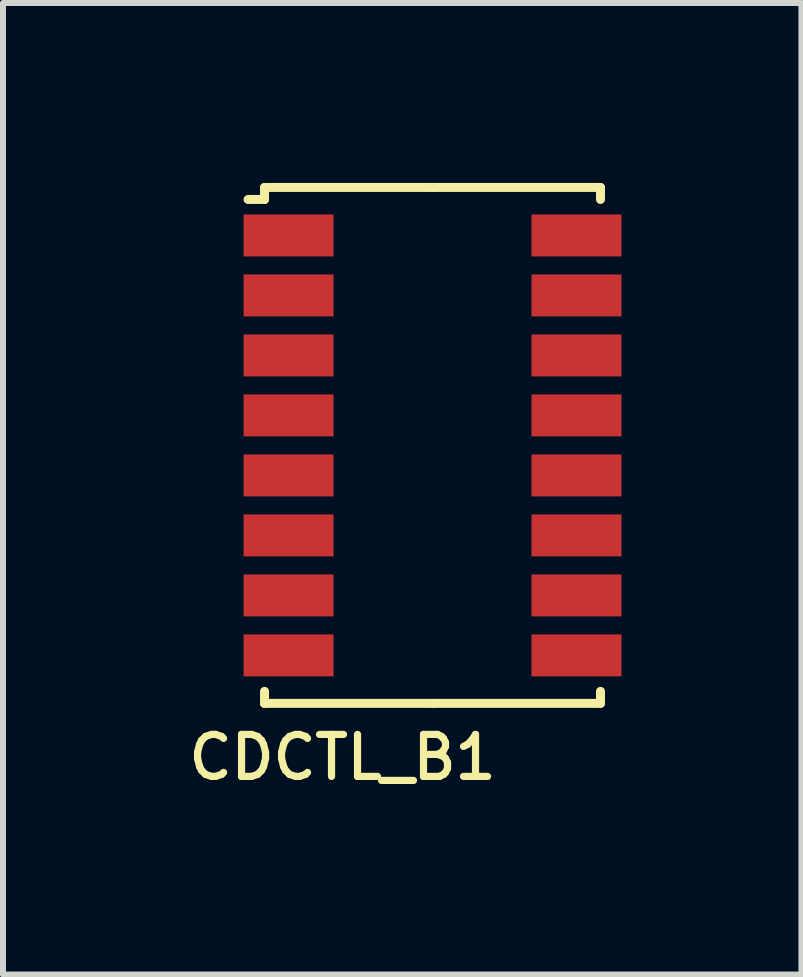
<source format=kicad_pcb>
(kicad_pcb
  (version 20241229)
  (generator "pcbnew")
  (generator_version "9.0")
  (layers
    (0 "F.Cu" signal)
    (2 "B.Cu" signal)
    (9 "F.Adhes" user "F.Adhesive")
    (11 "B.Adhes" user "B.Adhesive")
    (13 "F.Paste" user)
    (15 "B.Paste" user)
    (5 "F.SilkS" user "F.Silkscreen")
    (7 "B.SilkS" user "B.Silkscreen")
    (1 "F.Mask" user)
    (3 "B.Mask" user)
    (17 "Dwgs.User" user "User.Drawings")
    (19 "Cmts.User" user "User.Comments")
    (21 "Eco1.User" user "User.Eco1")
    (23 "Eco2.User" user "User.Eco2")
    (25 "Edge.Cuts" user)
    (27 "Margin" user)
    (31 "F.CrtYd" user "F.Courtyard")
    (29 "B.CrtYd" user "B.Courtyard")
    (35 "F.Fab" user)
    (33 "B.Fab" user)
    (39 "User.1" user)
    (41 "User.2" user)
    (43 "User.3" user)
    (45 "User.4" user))
  (footprint "CDCTL_B1"
    (layer "F.Cu")
    (at 4.16 4.375)
    (property "Reference" "CDCTL_B1" (at -1.5 5.2 180) (layer "F.SilkS") (effects (font (size 0.7 0.7) (thickness 0.12))))
    (attr through_hole)
    (fp_line (start -2.8 -4.3) (end -2.8 -4.1) (stroke (width 0.15) (type solid)) (layer "F.SilkS"))
    (fp_line (start -2.8 -4.1) (end -3.075 -4.1) (stroke (width 0.15) (type solid)) (layer "F.SilkS"))
    (fp_line (start -2.8 4.3) (end -2.8 4.1) (stroke (width 0.15) (type solid)) (layer "F.SilkS"))
    (fp_line (start 0 -4.3) (end -2.8 -4.3) (stroke (width 0.15) (type solid)) (layer "F.SilkS"))
    (fp_line (start 0 -4.3) (end 2.8 -4.3) (stroke (width 0.15) (type solid)) (layer "F.SilkS"))
    (fp_line (start 0 4.3) (end -2.8 4.3) (stroke (width 0.15) (type solid)) (layer "F.SilkS"))
    (fp_line (start 0 4.3) (end 2.8 4.3) (stroke (width 0.15) (type solid)) (layer "F.SilkS"))
    (fp_line (start 2.8 -4.3) (end 2.8 -4.1) (stroke (width 0.15) (type solid)) (layer "F.SilkS"))
    (fp_line (start 2.8 4.3) (end 2.8 4.1) (stroke (width 0.15) (type solid)) (layer "F.SilkS"))
    (pad "1" smd rect (at -2.4 -3.5) (size 1.5 0.7) (layers "F.Cu" "F.Mask" "F.Paste"))
    (pad "2" smd rect (at -2.4 -2.5) (size 1.5 0.7) (layers "F.Cu" "F.Mask" "F.Paste"))
    (pad "3" smd rect (at -2.4 -1.5) (size 1.5 0.7) (layers "F.Cu" "F.Mask" "F.Paste"))
    (pad "4" smd rect (at -2.4 -0.5) (size 1.5 0.7) (layers "F.Cu" "F.Mask" "F.Paste"))
    (pad "5" smd rect (at -2.4 0.5) (size 1.5 0.7) (layers "F.Cu" "F.Mask" "F.Paste"))
    (pad "6" smd rect (at -2.4 1.5) (size 1.5 0.7) (layers "F.Cu" "F.Mask" "F.Paste"))
    (pad "7" smd rect (at -2.4 2.5) (size 1.5 0.7) (layers "F.Cu" "F.Mask" "F.Paste"))
    (pad "8" smd rect (at -2.4 3.5) (size 1.5 0.7) (layers "F.Cu" "F.Mask" "F.Paste"))
    (pad "9" smd rect (at 2.4 3.5) (size 1.5 0.7) (layers "F.Cu" "F.Mask" "F.Paste"))
    (pad "10" smd rect (at 2.4 2.5) (size 1.5 0.7) (layers "F.Cu" "F.Mask" "F.Paste"))
    (pad "11" smd rect (at 2.4 1.5) (size 1.5 0.7) (layers "F.Cu" "F.Mask" "F.Paste"))
    (pad "12" smd rect (at 2.4 0.5) (size 1.5 0.7) (layers "F.Cu" "F.Mask" "F.Paste"))
    (pad "13" smd rect (at 2.4 -0.5) (size 1.5 0.7) (layers "F.Cu" "F.Mask" "F.Paste"))
    (pad "14" smd rect (at 2.4 -1.5) (size 1.5 0.7) (layers "F.Cu" "F.Mask" "F.Paste"))
    (pad "15" smd rect (at 2.4 -2.5) (size 1.5 0.7) (layers "F.Cu" "F.Mask" "F.Paste"))
    (pad "16" smd rect (at 2.4 -3.5) (size 1.5 0.7) (layers "F.Cu" "F.Mask" "F.Paste")))
  (gr_rect
    (start -3 -3)
    (end 10.31 13.195)
    (stroke (width 0.1) (type default))
    (fill no)
    (layer "Edge.Cuts")))
</source>
